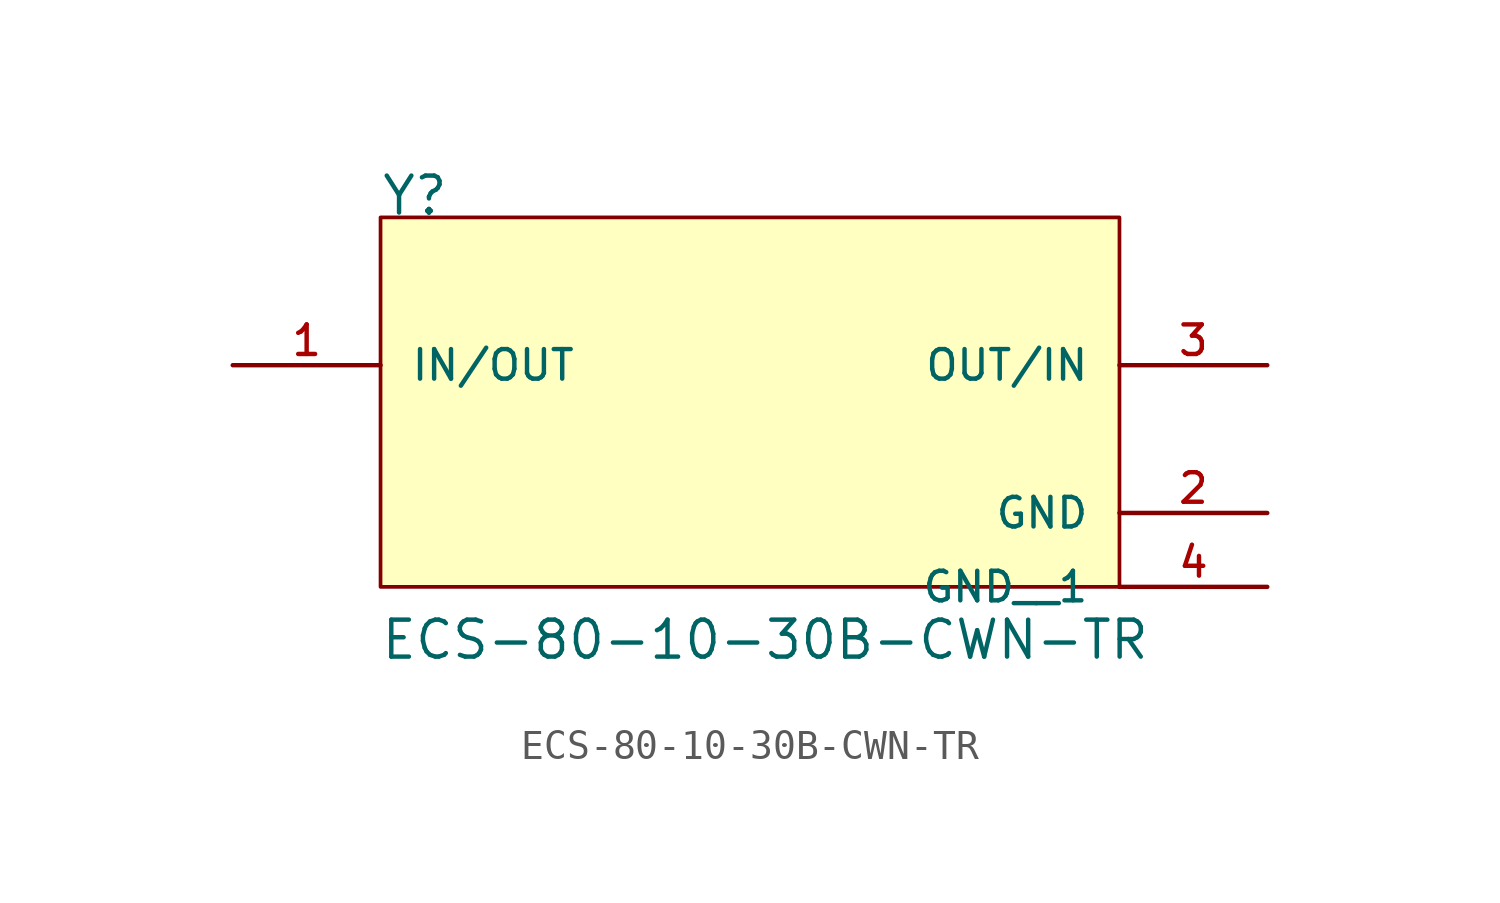
<source format=kicad_sym>
(kicad_symbol_lib
  (version 20211014)
  (generator kicad_symbol_editor)
  (symbol "ECS-80-10-30B-CWN-TR"
    (pin_names
      (offset 1.016))
    (property "Reference" "Y"
      (at -12.708 7.625 0)
      (effects (font (size 1.27 1.27)) (justify bottom left)))
    (property "Value" "ECS-80-10-30B-CWN-TR"
      (at -12.733 -7.64 0)
      (effects (font (size 1.27 1.27)) (justify bottom left)))
    (symbol "ECS-80-10-30B-CWN-TR_0_0"
      (rectangle (start -12.7 -5.08) (end 12.7 7.62) (stroke (width 0.127)) (fill (type background)))
      (pin bidirectional line (at 17.78 2.54 180.0) (length 5.08) (name "OUT/IN" (effects (font (size 1.016 1.016)))) (number "3" (effects (font (size 1.016 1.016)))))
      (pin bidirectional line (at -17.78 2.54 0) (length 5.08) (name "IN/OUT" (effects (font (size 1.016 1.016)))) (number "1" (effects (font (size 1.016 1.016)))))
      (pin power_in line (at 17.78 -2.54 180.0) (length 5.08) (name "GND" (effects (font (size 1.016 1.016)))) (number "2" (effects (font (size 1.016 1.016)))))
      (pin power_in line (at 17.78 -5.08 180.0) (length 5.08) (name "GND__1" (effects (font (size 1.016 1.016)))) (number "4" (effects (font (size 1.016 1.016))))))))
</source>
